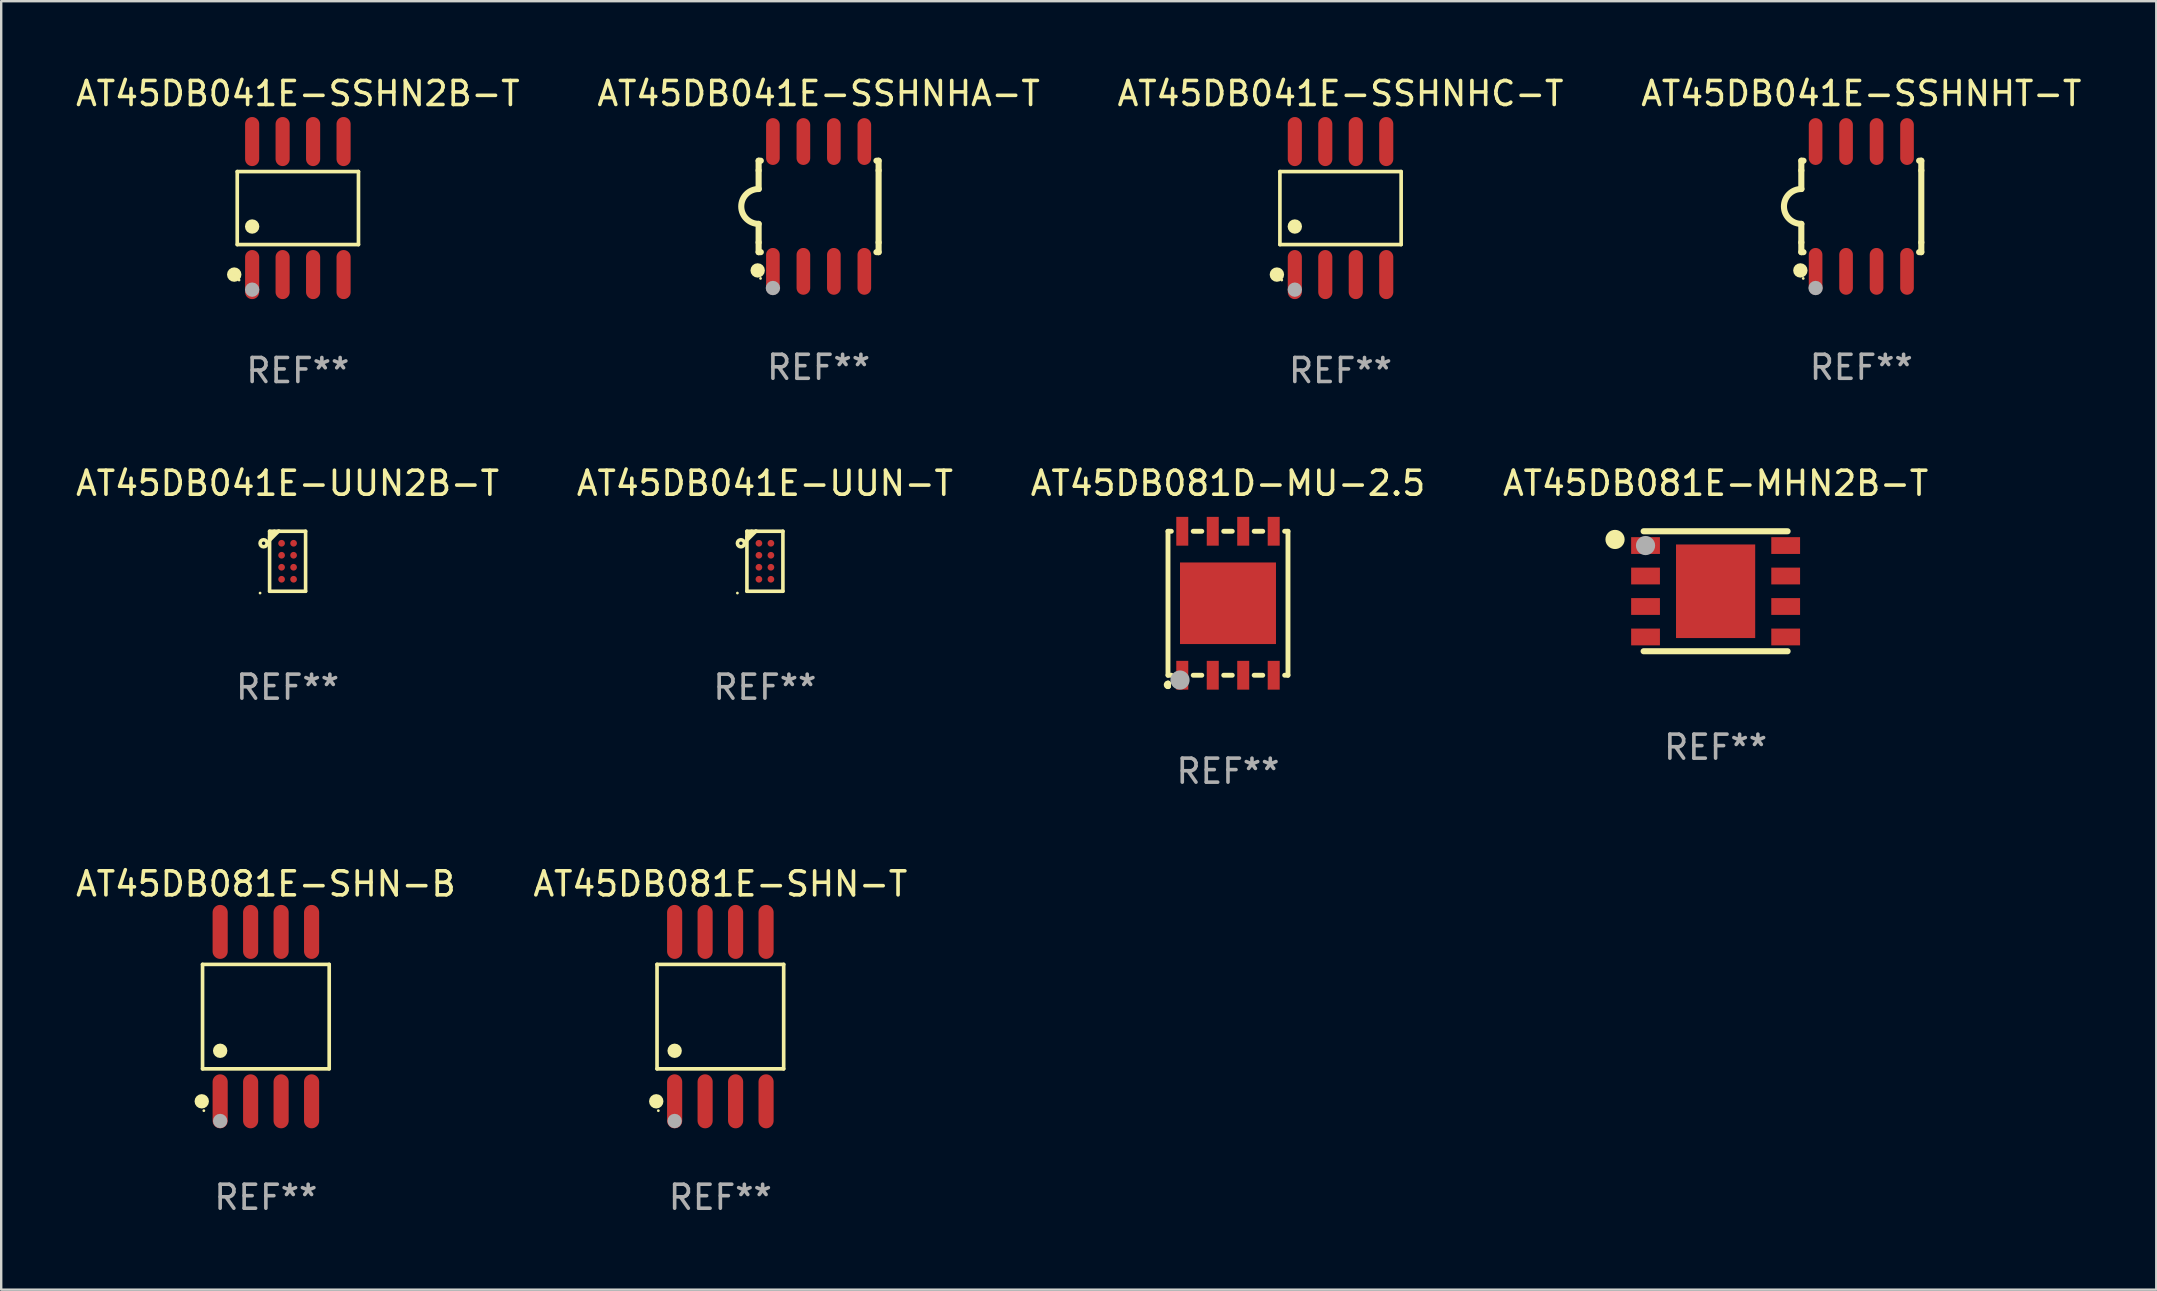
<source format=kicad_pcb>
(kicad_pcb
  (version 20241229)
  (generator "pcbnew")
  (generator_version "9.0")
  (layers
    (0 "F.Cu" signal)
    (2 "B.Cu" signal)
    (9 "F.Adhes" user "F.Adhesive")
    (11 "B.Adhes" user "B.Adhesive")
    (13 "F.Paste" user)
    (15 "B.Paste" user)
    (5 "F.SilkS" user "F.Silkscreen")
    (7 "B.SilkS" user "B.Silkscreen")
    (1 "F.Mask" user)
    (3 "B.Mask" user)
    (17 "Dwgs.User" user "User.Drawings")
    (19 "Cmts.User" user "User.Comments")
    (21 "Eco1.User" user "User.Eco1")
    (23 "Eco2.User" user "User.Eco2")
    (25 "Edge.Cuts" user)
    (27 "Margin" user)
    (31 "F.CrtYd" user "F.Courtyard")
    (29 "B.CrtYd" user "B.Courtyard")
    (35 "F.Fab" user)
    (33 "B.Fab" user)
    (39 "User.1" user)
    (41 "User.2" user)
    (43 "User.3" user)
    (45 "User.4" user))
  (footprint "AT45DB081D-MU-2.5"
    (layer "F.Cu")
    (at 48.125 22.09)
    (property "Reference" "AT45DB081D-MU-2.5" (at 0 -5 0) (layer "F.SilkS") (effects (font (size 1 1) (thickness 0.15))))
    (attr through_hole)
    (fp_line (start -2.5 -3) (end -2.361 -3) (stroke (width 0.203) (type solid)) (layer "F.SilkS"))
    (fp_line (start -2.5 3) (end -2.5 -3) (stroke (width 0.203) (type solid)) (layer "F.SilkS"))
    (fp_line (start -2.5 3) (end -2.361 3) (stroke (width 0.203) (type solid)) (layer "F.SilkS"))
    (fp_line (start -1.449 -3) (end -1.091 -3) (stroke (width 0.203) (type solid)) (layer "F.SilkS"))
    (fp_line (start -1.449 3) (end -1.091 3) (stroke (width 0.203) (type solid)) (layer "F.SilkS"))
    (fp_line (start -0.179 -3) (end 0.179 -3) (stroke (width 0.203) (type solid)) (layer "F.SilkS"))
    (fp_line (start -0.179 3) (end 0.179 3) (stroke (width 0.203) (type solid)) (layer "F.SilkS"))
    (fp_line (start 1.091 -3) (end 1.449 -3) (stroke (width 0.203) (type solid)) (layer "F.SilkS"))
    (fp_line (start 1.091 3) (end 1.449 3) (stroke (width 0.203) (type solid)) (layer "F.SilkS"))
    (fp_line (start 2.361 -3) (end 2.5 -3) (stroke (width 0.203) (type solid)) (layer "F.SilkS"))
    (fp_line (start 2.361 3) (end 2.5 3) (stroke (width 0.203) (type solid)) (layer "F.SilkS"))
    (fp_line (start 2.5 -3) (end 2.5 3) (stroke (width 0.203) (type solid)) (layer "F.SilkS"))
    (fp_arc (start -2.5 3.449924) (mid -2.511802 3.399924) (end -2.5 3.349924) (stroke (width 0.254001) (type solid)) (layer "F.SilkS"))
    (fp_arc (start -2.5 3.449924) (mid -2.549987 3.399924) (end -2.499999 3.349924) (stroke (width 0.254001) (type solid)) (layer "F.SilkS"))
    (fp_circle (center -2.5 3) (end -2.47 3) (stroke (width 0.06) (type solid)) (fill no) (layer "F.SilkS"))
    (fp_circle (center -2 3.2) (end -1.8 3.2) (stroke (width 0.4) (type solid)) (fill no) (layer "F.Fab"))
    (fp_text user "REF**" (at 0 7 0) (layer "F.Fab") (effects (font (size 1 1) (thickness 0.15))))
    (pad "1" smd rect (at -1.905 3) (size 0.5 1.2) (layers "F.Cu" "F.Mask" "F.Paste"))
    (pad "2" smd rect (at -0.635 3) (size 0.5 1.2) (layers "F.Cu" "F.Mask" "F.Paste"))
    (pad "3" smd rect (at 0.635 3) (size 0.5 1.2) (layers "F.Cu" "F.Mask" "F.Paste"))
    (pad "4" smd rect (at 1.905 3) (size 0.5 1.2) (layers "F.Cu" "F.Mask" "F.Paste"))
    (pad "5" smd rect (at 1.905 -3) (size 0.5 1.2) (layers "F.Cu" "F.Mask" "F.Paste"))
    (pad "6" smd rect (at 0.635 -3) (size 0.5 1.2) (layers "F.Cu" "F.Mask" "F.Paste"))
    (pad "7" smd rect (at -0.635 -3) (size 0.5 1.2) (layers "F.Cu" "F.Mask" "F.Paste"))
    (pad "8" smd rect (at -1.905 -3) (size 0.5 1.2) (layers "F.Cu" "F.Mask" "F.Paste"))
    (pad "9" smd rect (at 0.000127 0.000064) (size 4 3.4) (layers "F.Cu" "F.Mask" "F.Paste")))
  (footprint "AT45DB081E-MHN2B-T"
    (layer "F.Cu")
    (at 68.446 21.59)
    (property "Reference" "AT45DB081E-MHN2B-T" (at 0 -4.5 0) (layer "F.SilkS") (effects (font (size 1 1) (thickness 0.15))))
    (attr through_hole)
    (fp_line (start 3 -2.5) (end -3 -2.5) (stroke (width 0.254) (type solid)) (layer "F.SilkS"))
    (fp_line (start 3 2.5) (end -3 2.5) (stroke (width 0.254) (type solid)) (layer "F.SilkS"))
    (fp_circle (center -4.191 -2.159) (end -3.991 -2.159) (stroke (width 0.4) (type solid)) (fill no) (layer "F.SilkS"))
    (fp_circle (center -3 -2.5) (end -2.97 -2.5) (stroke (width 0.06) (type solid)) (fill no) (layer "F.SilkS"))
    (fp_circle (center -2.92 -1.905) (end -2.72 -1.905) (stroke (width 0.4) (type solid)) (fill no) (layer "F.Fab"))
    (fp_text user "REF**" (at 0 6.5 0) (layer "F.Fab") (effects (font (size 1 1) (thickness 0.15))))
    (pad "1" smd rect (at -2.92 -1.905) (size 1.2 0.7) (layers "F.Cu" "F.Mask" "F.Paste"))
    (pad "2" smd rect (at -2.92 -0.635) (size 1.2 0.7) (layers "F.Cu" "F.Mask" "F.Paste"))
    (pad "3" smd rect (at -2.92 0.635) (size 1.2 0.7) (layers "F.Cu" "F.Mask" "F.Paste"))
    (pad "4" smd rect (at -2.92 1.905) (size 1.2 0.7) (layers "F.Cu" "F.Mask" "F.Paste"))
    (pad "5" smd rect (at 2.92 1.905) (size 1.2 0.7) (layers "F.Cu" "F.Mask" "F.Paste"))
    (pad "6" smd rect (at 2.92 0.635) (size 1.2 0.7) (layers "F.Cu" "F.Mask" "F.Paste"))
    (pad "7" smd rect (at 2.92 -0.635) (size 1.2 0.7) (layers "F.Cu" "F.Mask" "F.Paste"))
    (pad "8" smd rect (at 2.92 -1.905) (size 1.2 0.7) (layers "F.Cu" "F.Mask" "F.Paste"))
    (pad "9" smd rect (at 0 0) (size 3.3 3.9) (layers "F.Cu" "F.Mask" "F.Paste")))
  (footprint "AT45DB041E-SSHNHA-T"
    (layer "F.Cu")
    (at 31.065 5.553)
    (property "Reference" "AT45DB041E-SSHNHA-T" (at 0 -4.705 0) (layer "F.SilkS") (effects (font (size 1 1) (thickness 0.15))))
    (attr through_hole)
    (fp_line (start -2.5 -1.905) (end -2.409 -1.905) (stroke (width 0.254) (type solid)) (layer "F.SilkS"))
    (fp_line (start -2.5 -1.5) (end -2.5 -1.905) (stroke (width 0.254) (type solid)) (layer "F.SilkS"))
    (fp_line (start -2.5 -1.5) (end -2.5 -0.726) (stroke (width 0.254) (type solid)) (layer "F.SilkS"))
    (fp_line (start -2.5 1.5) (end -2.5 0.727) (stroke (width 0.254) (type solid)) (layer "F.SilkS"))
    (fp_line (start -2.5 1.5) (end -2.5 1.905) (stroke (width 0.254) (type solid)) (layer "F.SilkS"))
    (fp_line (start -2.5 1.905) (end -2.409 1.905) (stroke (width 0.254) (type solid)) (layer "F.SilkS"))
    (fp_line (start 2.5 -1.905) (end 2.409 -1.905) (stroke (width 0.254) (type solid)) (layer "F.SilkS"))
    (fp_line (start 2.5 -1.5) (end 2.5 -1.905) (stroke (width 0.254) (type solid)) (layer "F.SilkS"))
    (fp_line (start 2.5 -1.5) (end 2.5 1.5) (stroke (width 0.254) (type solid)) (layer "F.SilkS"))
    (fp_line (start 2.5 1.5) (end 2.5 1.905) (stroke (width 0.254) (type solid)) (layer "F.SilkS"))
    (fp_line (start 2.5 1.905) (end 2.409 1.905) (stroke (width 0.254) (type solid)) (layer "F.SilkS"))
    (fp_arc (start -2.5 0.726568) (mid -3.220316 -0.0023) (end -2.495097 -0.726289) (stroke (width 0.254001) (type solid)) (layer "F.SilkS"))
    (fp_circle (center -2.54 2.667) (end -2.39 2.667) (stroke (width 0.3) (type solid)) (fill no) (layer "F.SilkS"))
    (fp_circle (center -2.42 3) (end -2.39 3) (stroke (width 0.06) (type solid)) (fill no) (layer "F.SilkS"))
    (fp_circle (center -1.905 3.4) (end -1.755 3.4) (stroke (width 0.3) (type solid)) (fill no) (layer "F.Fab"))
    (fp_text user "REF**" (at 0 6.705 0) (layer "F.Fab") (effects (font (size 1 1) (thickness 0.15))))
    (pad "1" smd oval (at -1.905 2.705) (size 0.568 1.95) (layers "F.Cu" "F.Mask" "F.Paste"))
    (pad "2" smd oval (at -0.635 2.705) (size 0.568 1.95) (layers "F.Cu" "F.Mask" "F.Paste"))
    (pad "3" smd oval (at 0.635 2.705) (size 0.568 1.95) (layers "F.Cu" "F.Mask" "F.Paste"))
    (pad "4" smd oval (at 1.905 2.705) (size 0.568 1.95) (layers "F.Cu" "F.Mask" "F.Paste"))
    (pad "5" smd oval (at 1.905 -2.705) (size 0.568 1.95) (layers "F.Cu" "F.Mask" "F.Paste"))
    (pad "6" smd oval (at 0.635 -2.705) (size 0.568 1.95) (layers "F.Cu" "F.Mask" "F.Paste"))
    (pad "7" smd oval (at -0.635 -2.705) (size 0.568 1.95) (layers "F.Cu" "F.Mask" "F.Paste"))
    (pad "8" smd oval (at -1.905 -2.705) (size 0.568 1.95) (layers "F.Cu" "F.Mask" "F.Paste")))
  (footprint "AT45DB081E-SHN-T"
    (layer "F.Cu")
    (at 26.97 39.316)
    (property "Reference" "AT45DB081E-SHN-T" (at 0 -5.53 0) (layer "F.SilkS") (effects (font (size 1 1) (thickness 0.15))))
    (attr through_hole)
    (fp_line (start -2.639 -2.176) (end 2.639 -2.176) (stroke (width 0.152) (type solid)) (layer "F.SilkS"))
    (fp_line (start -2.639 2.176) (end -2.639 -2.176) (stroke (width 0.152) (type solid)) (layer "F.SilkS"))
    (fp_line (start 2.639 -2.176) (end 2.639 2.176) (stroke (width 0.152) (type solid)) (layer "F.SilkS"))
    (fp_line (start 2.639 2.176) (end -2.639 2.176) (stroke (width 0.152) (type solid)) (layer "F.SilkS"))
    (fp_circle (center -2.672 3.53) (end -2.522 3.53) (stroke (width 0.3) (type solid)) (fill no) (layer "F.SilkS"))
    (fp_circle (center -2.585 3.92) (end -2.555 3.92) (stroke (width 0.06) (type solid)) (fill no) (layer "F.SilkS"))
    (fp_circle (center -1.905 1.424) (end -1.755 1.424) (stroke (width 0.3) (type solid)) (fill no) (layer "F.SilkS"))
    (fp_circle (center -1.905 4.35) (end -1.755 4.35) (stroke (width 0.3) (type solid)) (fill no) (layer "F.Fab"))
    (fp_text user "REF**" (at 0 7.53 0) (layer "F.Fab") (effects (font (size 1 1) (thickness 0.15))))
    (pad "1" smd oval (at -1.905 3.53) (size 0.63 2.25) (layers "F.Cu" "F.Mask" "F.Paste"))
    (pad "2" smd oval (at -0.635 3.53) (size 0.63 2.25) (layers "F.Cu" "F.Mask" "F.Paste"))
    (pad "3" smd oval (at 0.635 3.53) (size 0.63 2.25) (layers "F.Cu" "F.Mask" "F.Paste"))
    (pad "4" smd oval (at 1.905 3.53) (size 0.63 2.25) (layers "F.Cu" "F.Mask" "F.Paste"))
    (pad "5" smd oval (at 1.905 -3.53) (size 0.63 2.25) (layers "F.Cu" "F.Mask" "F.Paste"))
    (pad "6" smd oval (at 0.635 -3.53) (size 0.63 2.25) (layers "F.Cu" "F.Mask" "F.Paste"))
    (pad "7" smd oval (at -0.635 -3.53) (size 0.63 2.25) (layers "F.Cu" "F.Mask" "F.Paste"))
    (pad "8" smd oval (at -1.905 -3.53) (size 0.63 2.25) (layers "F.Cu" "F.Mask" "F.Paste")))
  (footprint "AT45DB041E-SSHNHC-T"
    (layer "F.Cu")
    (at 52.815 5.621)
    (property "Reference" "AT45DB041E-SSHNHC-T" (at 0 -4.772 0) (layer "F.SilkS") (effects (font (size 1 1) (thickness 0.15))))
    (attr through_hole)
    (fp_line (start -2.526 -1.521) (end 2.526 -1.521) (stroke (width 0.152) (type solid)) (layer "F.SilkS"))
    (fp_line (start -2.526 1.521) (end -2.526 -1.521) (stroke (width 0.152) (type solid)) (layer "F.SilkS"))
    (fp_line (start 2.526 -1.521) (end 2.526 1.521) (stroke (width 0.152) (type solid)) (layer "F.SilkS"))
    (fp_line (start 2.526 1.521) (end -2.526 1.521) (stroke (width 0.152) (type solid)) (layer "F.SilkS"))
    (fp_circle (center -2.652 2.772) (end -2.501 2.772) (stroke (width 0.3) (type solid)) (fill no) (layer "F.SilkS"))
    (fp_circle (center -2.45 3) (end -2.42 3) (stroke (width 0.06) (type solid)) (fill no) (layer "F.SilkS"))
    (fp_circle (center -1.905 0.769) (end -1.755 0.769) (stroke (width 0.3) (type solid)) (fill no) (layer "F.SilkS"))
    (fp_circle (center -1.905 3.4) (end -1.755 3.4) (stroke (width 0.3) (type solid)) (fill no) (layer "F.Fab"))
    (fp_text user "REF**" (at 0 6.772 0) (layer "F.Fab") (effects (font (size 1 1) (thickness 0.15))))
    (pad "1" smd oval (at -1.905 2.772) (size 0.588 2.045) (layers "F.Cu" "F.Mask" "F.Paste"))
    (pad "2" smd oval (at -0.635 2.772) (size 0.588 2.045) (layers "F.Cu" "F.Mask" "F.Paste"))
    (pad "3" smd oval (at 0.635 2.772) (size 0.588 2.045) (layers "F.Cu" "F.Mask" "F.Paste"))
    (pad "4" smd oval (at 1.905 2.772) (size 0.588 2.045) (layers "F.Cu" "F.Mask" "F.Paste"))
    (pad "5" smd oval (at 1.905 -2.772) (size 0.588 2.045) (layers "F.Cu" "F.Mask" "F.Paste"))
    (pad "6" smd oval (at 0.635 -2.772) (size 0.588 2.045) (layers "F.Cu" "F.Mask" "F.Paste"))
    (pad "7" smd oval (at -0.635 -2.772) (size 0.588 2.045) (layers "F.Cu" "F.Mask" "F.Paste"))
    (pad "8" smd oval (at -1.905 -2.772) (size 0.588 2.045) (layers "F.Cu" "F.Mask" "F.Paste")))
  (footprint "AT45DB041E-SSHN2B-T"
    (layer "F.Cu")
    (at 9.363 5.621)
    (property "Reference" "AT45DB041E-SSHN2B-T" (at 0 -4.772 0) (layer "F.SilkS") (effects (font (size 1 1) (thickness 0.15))))
    (attr through_hole)
    (fp_line (start -2.526 -1.521) (end 2.526 -1.521) (stroke (width 0.152) (type solid)) (layer "F.SilkS"))
    (fp_line (start -2.526 1.521) (end -2.526 -1.521) (stroke (width 0.152) (type solid)) (layer "F.SilkS"))
    (fp_line (start 2.526 -1.521) (end 2.526 1.521) (stroke (width 0.152) (type solid)) (layer "F.SilkS"))
    (fp_line (start 2.526 1.521) (end -2.526 1.521) (stroke (width 0.152) (type solid)) (layer "F.SilkS"))
    (fp_circle (center -2.652 2.772) (end -2.501 2.772) (stroke (width 0.3) (type solid)) (fill no) (layer "F.SilkS"))
    (fp_circle (center -2.45 3) (end -2.42 3) (stroke (width 0.06) (type solid)) (fill no) (layer "F.SilkS"))
    (fp_circle (center -1.905 0.769) (end -1.755 0.769) (stroke (width 0.3) (type solid)) (fill no) (layer "F.SilkS"))
    (fp_circle (center -1.905 3.4) (end -1.755 3.4) (stroke (width 0.3) (type solid)) (fill no) (layer "F.Fab"))
    (fp_text user "REF**" (at 0 6.772 0) (layer "F.Fab") (effects (font (size 1 1) (thickness 0.15))))
    (pad "1" smd oval (at -1.905 2.772) (size 0.588 2.045) (layers "F.Cu" "F.Mask" "F.Paste"))
    (pad "2" smd oval (at -0.635 2.772) (size 0.588 2.045) (layers "F.Cu" "F.Mask" "F.Paste"))
    (pad "3" smd oval (at 0.635 2.772) (size 0.588 2.045) (layers "F.Cu" "F.Mask" "F.Paste"))
    (pad "4" smd oval (at 1.905 2.772) (size 0.588 2.045) (layers "F.Cu" "F.Mask" "F.Paste"))
    (pad "5" smd oval (at 1.905 -2.772) (size 0.588 2.045) (layers "F.Cu" "F.Mask" "F.Paste"))
    (pad "6" smd oval (at 0.635 -2.772) (size 0.588 2.045) (layers "F.Cu" "F.Mask" "F.Paste"))
    (pad "7" smd oval (at -0.635 -2.772) (size 0.588 2.045) (layers "F.Cu" "F.Mask" "F.Paste"))
    (pad "8" smd oval (at -1.905 -2.772) (size 0.588 2.045) (layers "F.Cu" "F.Mask" "F.Paste")))
  (footprint "AT45DB081E-SHN-B"
    (layer "F.Cu")
    (at 8.03 39.316)
    (property "Reference" "AT45DB081E-SHN-B" (at 0 -5.53 0) (layer "F.SilkS") (effects (font (size 1 1) (thickness 0.15))))
    (attr through_hole)
    (fp_line (start -2.639 -2.176) (end 2.639 -2.176) (stroke (width 0.152) (type solid)) (layer "F.SilkS"))
    (fp_line (start -2.639 2.176) (end -2.639 -2.176) (stroke (width 0.152) (type solid)) (layer "F.SilkS"))
    (fp_line (start 2.639 -2.176) (end 2.639 2.176) (stroke (width 0.152) (type solid)) (layer "F.SilkS"))
    (fp_line (start 2.639 2.176) (end -2.639 2.176) (stroke (width 0.152) (type solid)) (layer "F.SilkS"))
    (fp_circle (center -2.672 3.53) (end -2.522 3.53) (stroke (width 0.3) (type solid)) (fill no) (layer "F.SilkS"))
    (fp_circle (center -2.585 3.92) (end -2.555 3.92) (stroke (width 0.06) (type solid)) (fill no) (layer "F.SilkS"))
    (fp_circle (center -1.905 1.424) (end -1.755 1.424) (stroke (width 0.3) (type solid)) (fill no) (layer "F.SilkS"))
    (fp_circle (center -1.905 4.35) (end -1.755 4.35) (stroke (width 0.3) (type solid)) (fill no) (layer "F.Fab"))
    (fp_text user "REF**" (at 0 7.53 0) (layer "F.Fab") (effects (font (size 1 1) (thickness 0.15))))
    (pad "1" smd oval (at -1.905 3.53) (size 0.63 2.25) (layers "F.Cu" "F.Mask" "F.Paste"))
    (pad "2" smd oval (at -0.635 3.53) (size 0.63 2.25) (layers "F.Cu" "F.Mask" "F.Paste"))
    (pad "3" smd oval (at 0.635 3.53) (size 0.63 2.25) (layers "F.Cu" "F.Mask" "F.Paste"))
    (pad "4" smd oval (at 1.905 3.53) (size 0.63 2.25) (layers "F.Cu" "F.Mask" "F.Paste"))
    (pad "5" smd oval (at 1.905 -3.53) (size 0.63 2.25) (layers "F.Cu" "F.Mask" "F.Paste"))
    (pad "6" smd oval (at 0.635 -3.53) (size 0.63 2.25) (layers "F.Cu" "F.Mask" "F.Paste"))
    (pad "7" smd oval (at -0.635 -3.53) (size 0.63 2.25) (layers "F.Cu" "F.Mask" "F.Paste"))
    (pad "8" smd oval (at -1.905 -3.53) (size 0.63 2.25) (layers "F.Cu" "F.Mask" "F.Paste")))
  (footprint "AT45DB041E-UUN2B-T"
    (layer "F.Cu")
    (at 8.935 20.34)
    (property "Reference" "AT45DB041E-UUN2B-T" (at 0 -3.25 0) (layer "F.SilkS") (effects (font (size 1 1) (thickness 0.15))))
    (attr through_hole)
    (fp_line (start -0.75 -1.25) (end -0.75 1.25) (stroke (width 0.15) (type solid)) (layer "F.SilkS"))
    (fp_line (start -0.75 -1.25) (end 0.75 -1.25) (stroke (width 0.15) (type solid)) (layer "F.SilkS"))
    (fp_line (start -0.75 1.25) (end 0.75 1.25) (stroke (width 0.15) (type solid)) (layer "F.SilkS"))
    (fp_line (start -0.552 -1.25) (end -0.552 -1.204) (stroke (width 0.15) (type solid)) (layer "F.SilkS"))
    (fp_line (start -0.552 -1.204) (end -0.75 -1.006) (stroke (width 0.15) (type solid)) (layer "F.SilkS"))
    (fp_line (start -0.379 -1.25) (end -0.75 -0.879) (stroke (width 0.15) (type solid)) (layer "F.SilkS"))
    (fp_line (start -0.352 -1.25) (end -0.379 -1.25) (stroke (width 0.15) (type solid)) (layer "F.SilkS"))
    (fp_line (start 0.75 -1.25) (end 0.75 1.25) (stroke (width 0.15) (type solid)) (layer "F.SilkS"))
    (fp_circle (center -1.147 1.325) (end -1.117 1.325) (stroke (width 0.06) (type solid)) (fill no) (layer "F.SilkS"))
    (fp_circle (center -1 -0.75) (end -0.928 -0.75) (stroke (width 0.15) (type solid)) (fill no) (layer "F.SilkS"))
    (fp_text user "REF**" (at 0 5.25 0) (layer "F.Fab") (effects (font (size 1 1) (thickness 0.15))))
    (pad "A1" smd circle (at -0.25 -0.75) (size 0.28 0.28) (layers "F.Cu" "F.Mask" "F.Paste"))
    (pad "A2" smd circle (at 0.25 -0.75) (size 0.28 0.28) (layers "F.Cu" "F.Mask" "F.Paste"))
    (pad "B1" smd circle (at -0.25 -0.25) (size 0.28 0.28) (layers "F.Cu" "F.Mask" "F.Paste"))
    (pad "B2" smd circle (at 0.25 -0.25) (size 0.28 0.28) (layers "F.Cu" "F.Mask" "F.Paste"))
    (pad "C1" smd circle (at -0.25 0.25) (size 0.28 0.28) (layers "F.Cu" "F.Mask" "F.Paste"))
    (pad "C2" smd circle (at 0.25 0.25) (size 0.28 0.28) (layers "F.Cu" "F.Mask" "F.Paste"))
    (pad "D1" smd circle (at -0.25 0.75) (size 0.28 0.28) (layers "F.Cu" "F.Mask" "F.Paste"))
    (pad "D2" smd circle (at 0.25 0.75) (size 0.28 0.28) (layers "F.Cu" "F.Mask" "F.Paste")))
  (footprint "AT45DB041E-SSHNHT-T"
    (layer "F.Cu")
    (at 74.518 5.553)
    (property "Reference" "AT45DB041E-SSHNHT-T" (at 0 -4.705 0) (layer "F.SilkS") (effects (font (size 1 1) (thickness 0.15))))
    (attr through_hole)
    (fp_line (start -2.5 -1.905) (end -2.409 -1.905) (stroke (width 0.254) (type solid)) (layer "F.SilkS"))
    (fp_line (start -2.5 -1.5) (end -2.5 -1.905) (stroke (width 0.254) (type solid)) (layer "F.SilkS"))
    (fp_line (start -2.5 -1.5) (end -2.5 -0.726) (stroke (width 0.254) (type solid)) (layer "F.SilkS"))
    (fp_line (start -2.5 1.5) (end -2.5 0.727) (stroke (width 0.254) (type solid)) (layer "F.SilkS"))
    (fp_line (start -2.5 1.5) (end -2.5 1.905) (stroke (width 0.254) (type solid)) (layer "F.SilkS"))
    (fp_line (start -2.5 1.905) (end -2.409 1.905) (stroke (width 0.254) (type solid)) (layer "F.SilkS"))
    (fp_line (start 2.5 -1.905) (end 2.409 -1.905) (stroke (width 0.254) (type solid)) (layer "F.SilkS"))
    (fp_line (start 2.5 -1.5) (end 2.5 -1.905) (stroke (width 0.254) (type solid)) (layer "F.SilkS"))
    (fp_line (start 2.5 -1.5) (end 2.5 1.5) (stroke (width 0.254) (type solid)) (layer "F.SilkS"))
    (fp_line (start 2.5 1.5) (end 2.5 1.905) (stroke (width 0.254) (type solid)) (layer "F.SilkS"))
    (fp_line (start 2.5 1.905) (end 2.409 1.905) (stroke (width 0.254) (type solid)) (layer "F.SilkS"))
    (fp_arc (start -2.5 0.726568) (mid -3.220316 -0.0023) (end -2.495097 -0.726289) (stroke (width 0.254001) (type solid)) (layer "F.SilkS"))
    (fp_circle (center -2.54 2.667) (end -2.39 2.667) (stroke (width 0.3) (type solid)) (fill no) (layer "F.SilkS"))
    (fp_circle (center -2.42 3) (end -2.39 3) (stroke (width 0.06) (type solid)) (fill no) (layer "F.SilkS"))
    (fp_circle (center -1.905 3.4) (end -1.755 3.4) (stroke (width 0.3) (type solid)) (fill no) (layer "F.Fab"))
    (fp_text user "REF**" (at 0 6.705 0) (layer "F.Fab") (effects (font (size 1 1) (thickness 0.15))))
    (pad "1" smd oval (at -1.905 2.705) (size 0.568 1.95) (layers "F.Cu" "F.Mask" "F.Paste"))
    (pad "2" smd oval (at -0.635 2.705) (size 0.568 1.95) (layers "F.Cu" "F.Mask" "F.Paste"))
    (pad "3" smd oval (at 0.635 2.705) (size 0.568 1.95) (layers "F.Cu" "F.Mask" "F.Paste"))
    (pad "4" smd oval (at 1.905 2.705) (size 0.568 1.95) (layers "F.Cu" "F.Mask" "F.Paste"))
    (pad "5" smd oval (at 1.905 -2.705) (size 0.568 1.95) (layers "F.Cu" "F.Mask" "F.Paste"))
    (pad "6" smd oval (at 0.635 -2.705) (size 0.568 1.95) (layers "F.Cu" "F.Mask" "F.Paste"))
    (pad "7" smd oval (at -0.635 -2.705) (size 0.568 1.95) (layers "F.Cu" "F.Mask" "F.Paste"))
    (pad "8" smd oval (at -1.905 -2.705) (size 0.568 1.95) (layers "F.Cu" "F.Mask" "F.Paste")))
  (footprint "AT45DB041E-UUN-T"
    (layer "F.Cu")
    (at 28.827 20.34)
    (property "Reference" "AT45DB041E-UUN-T" (at 0 -3.25 0) (layer "F.SilkS") (effects (font (size 1 1) (thickness 0.15))))
    (attr through_hole)
    (fp_line (start -0.75 -1.25) (end -0.75 1.25) (stroke (width 0.15) (type solid)) (layer "F.SilkS"))
    (fp_line (start -0.75 -1.25) (end 0.75 -1.25) (stroke (width 0.15) (type solid)) (layer "F.SilkS"))
    (fp_line (start -0.75 1.25) (end 0.75 1.25) (stroke (width 0.15) (type solid)) (layer "F.SilkS"))
    (fp_line (start -0.552 -1.25) (end -0.552 -1.204) (stroke (width 0.15) (type solid)) (layer "F.SilkS"))
    (fp_line (start -0.552 -1.204) (end -0.75 -1.006) (stroke (width 0.15) (type solid)) (layer "F.SilkS"))
    (fp_line (start -0.379 -1.25) (end -0.75 -0.879) (stroke (width 0.15) (type solid)) (layer "F.SilkS"))
    (fp_line (start -0.352 -1.25) (end -0.379 -1.25) (stroke (width 0.15) (type solid)) (layer "F.SilkS"))
    (fp_line (start 0.75 -1.25) (end 0.75 1.25) (stroke (width 0.15) (type solid)) (layer "F.SilkS"))
    (fp_circle (center -1.147 1.325) (end -1.117 1.325) (stroke (width 0.06) (type solid)) (fill no) (layer "F.SilkS"))
    (fp_circle (center -1 -0.75) (end -0.928 -0.75) (stroke (width 0.15) (type solid)) (fill no) (layer "F.SilkS"))
    (fp_text user "REF**" (at 0 5.25 0) (layer "F.Fab") (effects (font (size 1 1) (thickness 0.15))))
    (pad "A1" smd circle (at -0.25 -0.75) (size 0.28 0.28) (layers "F.Cu" "F.Mask" "F.Paste"))
    (pad "A2" smd circle (at 0.25 -0.75) (size 0.28 0.28) (layers "F.Cu" "F.Mask" "F.Paste"))
    (pad "B1" smd circle (at -0.25 -0.25) (size 0.28 0.28) (layers "F.Cu" "F.Mask" "F.Paste"))
    (pad "B2" smd circle (at 0.25 -0.25) (size 0.28 0.28) (layers "F.Cu" "F.Mask" "F.Paste"))
    (pad "C1" smd circle (at -0.25 0.25) (size 0.28 0.28) (layers "F.Cu" "F.Mask" "F.Paste"))
    (pad "C2" smd circle (at 0.25 0.25) (size 0.28 0.28) (layers "F.Cu" "F.Mask" "F.Paste"))
    (pad "D1" smd circle (at -0.25 0.75) (size 0.28 0.28) (layers "F.Cu" "F.Mask" "F.Paste"))
    (pad "D2" smd circle (at 0.25 0.75) (size 0.28 0.28) (layers "F.Cu" "F.Mask" "F.Paste")))
  (gr_rect
    (start -3 -3)
    (end 86.81 50.695)
    (stroke (width 0.1) (type default))
    (fill no)
    (layer "Edge.Cuts")))
</source>
